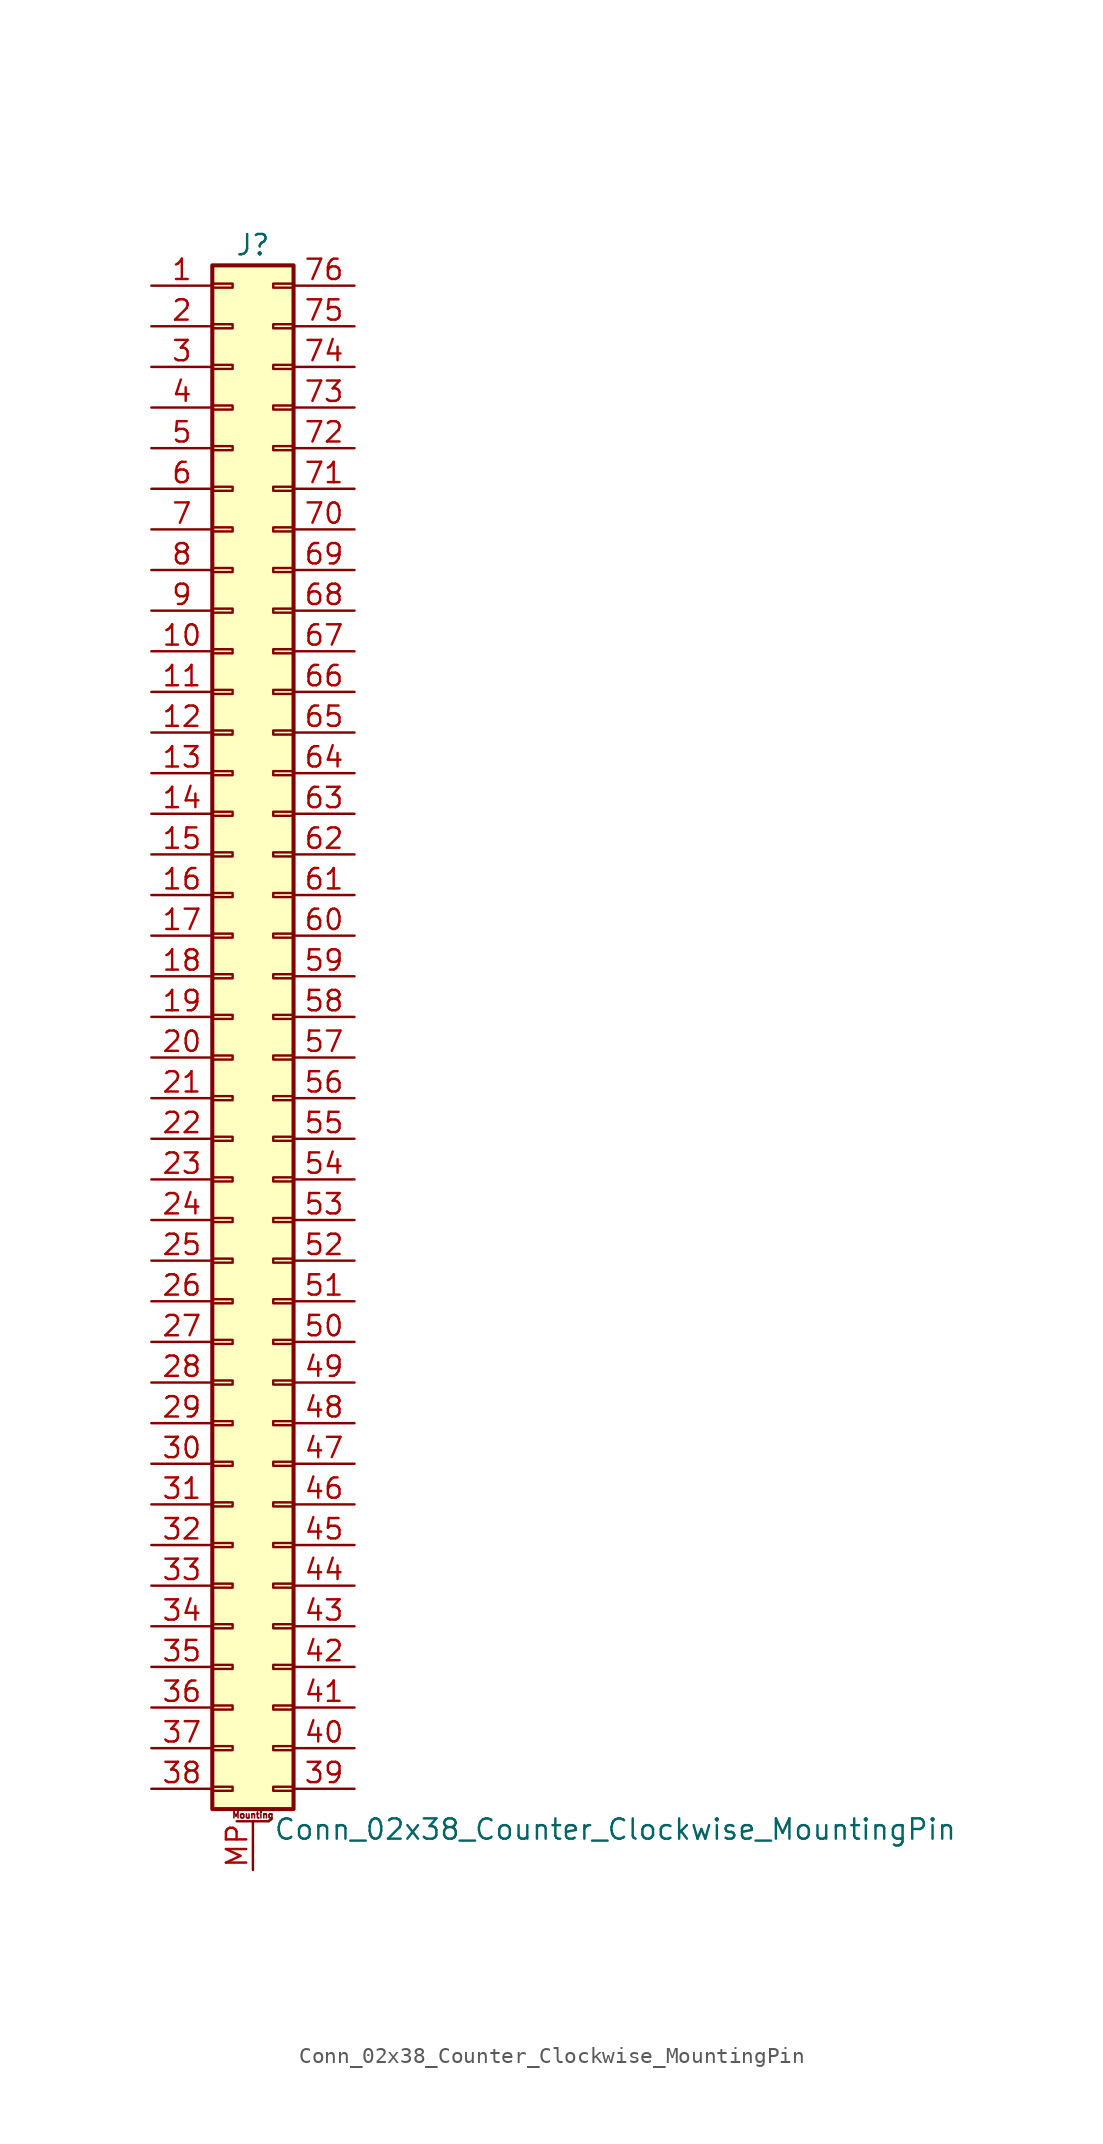
<source format=kicad_sym>
(kicad_symbol_lib
  (version 20211014)
  (generator kicad_symbol_editor)
  (symbol "Conn_02x38_Counter_Clockwise_MountingPin"
    (pin_names
      (offset 1.016) hide)
    (property "Reference" "J"
      (at 1.27 48.26 0)
      (effects (font (size 1.27 1.27))))
    (property "Value" "Conn_02x38_Counter_Clockwise_MountingPin"
      (at 2.54 -50.8 0)
      (effects (font (size 1.27 1.27)) (justify left)))
    (symbol "Conn_02x38_Counter_Clockwise_MountingPin_1_1"
      (rectangle (start -1.27 -48.133) (end 0 -48.387) (stroke (width 0.152) (type default) (color 0 0 0 0)) (fill (type none)))
      (rectangle (start -1.27 -45.593) (end 0 -45.847) (stroke (width 0.152) (type default) (color 0 0 0 0)) (fill (type none)))
      (rectangle (start -1.27 -43.053) (end 0 -43.307) (stroke (width 0.152) (type default) (color 0 0 0 0)) (fill (type none)))
      (rectangle (start -1.27 -40.513) (end 0 -40.767) (stroke (width 0.152) (type default) (color 0 0 0 0)) (fill (type none)))
      (rectangle (start -1.27 -37.973) (end 0 -38.227) (stroke (width 0.152) (type default) (color 0 0 0 0)) (fill (type none)))
      (rectangle (start -1.27 -35.433) (end 0 -35.687) (stroke (width 0.152) (type default) (color 0 0 0 0)) (fill (type none)))
      (rectangle (start -1.27 -32.893) (end 0 -33.147) (stroke (width 0.152) (type default) (color 0 0 0 0)) (fill (type none)))
      (rectangle (start -1.27 -30.353) (end 0 -30.607) (stroke (width 0.152) (type default) (color 0 0 0 0)) (fill (type none)))
      (rectangle (start -1.27 -27.813) (end 0 -28.067) (stroke (width 0.152) (type default) (color 0 0 0 0)) (fill (type none)))
      (rectangle (start -1.27 -25.273) (end 0 -25.527) (stroke (width 0.152) (type default) (color 0 0 0 0)) (fill (type none)))
      (rectangle (start -1.27 -22.733) (end 0 -22.987) (stroke (width 0.152) (type default) (color 0 0 0 0)) (fill (type none)))
      (rectangle (start -1.27 -20.193) (end 0 -20.447) (stroke (width 0.152) (type default) (color 0 0 0 0)) (fill (type none)))
      (rectangle (start -1.27 -17.653) (end 0 -17.907) (stroke (width 0.152) (type default) (color 0 0 0 0)) (fill (type none)))
      (rectangle (start -1.27 -15.113) (end 0 -15.367) (stroke (width 0.152) (type default) (color 0 0 0 0)) (fill (type none)))
      (rectangle (start -1.27 -12.573) (end 0 -12.827) (stroke (width 0.152) (type default) (color 0 0 0 0)) (fill (type none)))
      (rectangle (start -1.27 -10.033) (end 0 -10.287) (stroke (width 0.152) (type default) (color 0 0 0 0)) (fill (type none)))
      (rectangle (start -1.27 -7.493) (end 0 -7.747) (stroke (width 0.152) (type default) (color 0 0 0 0)) (fill (type none)))
      (rectangle (start -1.27 -4.953) (end 0 -5.207) (stroke (width 0.152) (type default) (color 0 0 0 0)) (fill (type none)))
      (rectangle (start -1.27 -2.413) (end 0 -2.667) (stroke (width 0.152) (type default) (color 0 0 0 0)) (fill (type none)))
      (rectangle (start -1.27 0.127) (end 0 -0.127) (stroke (width 0.152) (type default) (color 0 0 0 0)) (fill (type none)))
      (rectangle (start -1.27 2.667) (end 0 2.413) (stroke (width 0.152) (type default) (color 0 0 0 0)) (fill (type none)))
      (rectangle (start -1.27 5.207) (end 0 4.953) (stroke (width 0.152) (type default) (color 0 0 0 0)) (fill (type none)))
      (rectangle (start -1.27 7.747) (end 0 7.493) (stroke (width 0.152) (type default) (color 0 0 0 0)) (fill (type none)))
      (rectangle (start -1.27 10.287) (end 0 10.033) (stroke (width 0.152) (type default) (color 0 0 0 0)) (fill (type none)))
      (rectangle (start -1.27 12.827) (end 0 12.573) (stroke (width 0.152) (type default) (color 0 0 0 0)) (fill (type none)))
      (rectangle (start -1.27 15.367) (end 0 15.113) (stroke (width 0.152) (type default) (color 0 0 0 0)) (fill (type none)))
      (rectangle (start -1.27 17.907) (end 0 17.653) (stroke (width 0.152) (type default) (color 0 0 0 0)) (fill (type none)))
      (rectangle (start -1.27 20.447) (end 0 20.193) (stroke (width 0.152) (type default) (color 0 0 0 0)) (fill (type none)))
      (rectangle (start -1.27 22.987) (end 0 22.733) (stroke (width 0.152) (type default) (color 0 0 0 0)) (fill (type none)))
      (rectangle (start -1.27 25.527) (end 0 25.273) (stroke (width 0.152) (type default) (color 0 0 0 0)) (fill (type none)))
      (rectangle (start -1.27 28.067) (end 0 27.813) (stroke (width 0.152) (type default) (color 0 0 0 0)) (fill (type none)))
      (rectangle (start -1.27 30.607) (end 0 30.353) (stroke (width 0.152) (type default) (color 0 0 0 0)) (fill (type none)))
      (rectangle (start -1.27 33.147) (end 0 32.893) (stroke (width 0.152) (type default) (color 0 0 0 0)) (fill (type none)))
      (rectangle (start -1.27 35.687) (end 0 35.433) (stroke (width 0.152) (type default) (color 0 0 0 0)) (fill (type none)))
      (rectangle (start -1.27 38.227) (end 0 37.973) (stroke (width 0.152) (type default) (color 0 0 0 0)) (fill (type none)))
      (rectangle (start -1.27 40.767) (end 0 40.513) (stroke (width 0.152) (type default) (color 0 0 0 0)) (fill (type none)))
      (rectangle (start -1.27 43.307) (end 0 43.053) (stroke (width 0.152) (type default) (color 0 0 0 0)) (fill (type none)))
      (rectangle (start -1.27 45.847) (end 0 45.593) (stroke (width 0.152) (type default) (color 0 0 0 0)) (fill (type none)))
      (rectangle (start -1.27 46.99) (end 3.81 -49.53) (stroke (width 0.254) (type default) (color 0 0 0 0)) (fill (type background)))
      (polyline (pts (xy 0.254 -50.292) (xy 2.286 -50.292)) (stroke (width 0.152) (type default) (color 0 0 0 0)) (fill (type none)))
      (rectangle (start 3.81 -48.133) (end 2.54 -48.387) (stroke (width 0.152) (type default) (color 0 0 0 0)) (fill (type none)))
      (rectangle (start 3.81 -45.593) (end 2.54 -45.847) (stroke (width 0.152) (type default) (color 0 0 0 0)) (fill (type none)))
      (rectangle (start 3.81 -43.053) (end 2.54 -43.307) (stroke (width 0.152) (type default) (color 0 0 0 0)) (fill (type none)))
      (rectangle (start 3.81 -40.513) (end 2.54 -40.767) (stroke (width 0.152) (type default) (color 0 0 0 0)) (fill (type none)))
      (rectangle (start 3.81 -37.973) (end 2.54 -38.227) (stroke (width 0.152) (type default) (color 0 0 0 0)) (fill (type none)))
      (rectangle (start 3.81 -35.433) (end 2.54 -35.687) (stroke (width 0.152) (type default) (color 0 0 0 0)) (fill (type none)))
      (rectangle (start 3.81 -32.893) (end 2.54 -33.147) (stroke (width 0.152) (type default) (color 0 0 0 0)) (fill (type none)))
      (rectangle (start 3.81 -30.353) (end 2.54 -30.607) (stroke (width 0.152) (type default) (color 0 0 0 0)) (fill (type none)))
      (rectangle (start 3.81 -27.813) (end 2.54 -28.067) (stroke (width 0.152) (type default) (color 0 0 0 0)) (fill (type none)))
      (rectangle (start 3.81 -25.273) (end 2.54 -25.527) (stroke (width 0.152) (type default) (color 0 0 0 0)) (fill (type none)))
      (rectangle (start 3.81 -22.733) (end 2.54 -22.987) (stroke (width 0.152) (type default) (color 0 0 0 0)) (fill (type none)))
      (rectangle (start 3.81 -20.193) (end 2.54 -20.447) (stroke (width 0.152) (type default) (color 0 0 0 0)) (fill (type none)))
      (rectangle (start 3.81 -17.653) (end 2.54 -17.907) (stroke (width 0.152) (type default) (color 0 0 0 0)) (fill (type none)))
      (rectangle (start 3.81 -15.113) (end 2.54 -15.367) (stroke (width 0.152) (type default) (color 0 0 0 0)) (fill (type none)))
      (rectangle (start 3.81 -12.573) (end 2.54 -12.827) (stroke (width 0.152) (type default) (color 0 0 0 0)) (fill (type none)))
      (rectangle (start 3.81 -10.033) (end 2.54 -10.287) (stroke (width 0.152) (type default) (color 0 0 0 0)) (fill (type none)))
      (rectangle (start 3.81 -7.493) (end 2.54 -7.747) (stroke (width 0.152) (type default) (color 0 0 0 0)) (fill (type none)))
      (rectangle (start 3.81 -4.953) (end 2.54 -5.207) (stroke (width 0.152) (type default) (color 0 0 0 0)) (fill (type none)))
      (rectangle (start 3.81 -2.413) (end 2.54 -2.667) (stroke (width 0.152) (type default) (color 0 0 0 0)) (fill (type none)))
      (rectangle (start 3.81 0.127) (end 2.54 -0.127) (stroke (width 0.152) (type default) (color 0 0 0 0)) (fill (type none)))
      (rectangle (start 3.81 2.667) (end 2.54 2.413) (stroke (width 0.152) (type default) (color 0 0 0 0)) (fill (type none)))
      (rectangle (start 3.81 5.207) (end 2.54 4.953) (stroke (width 0.152) (type default) (color 0 0 0 0)) (fill (type none)))
      (rectangle (start 3.81 7.747) (end 2.54 7.493) (stroke (width 0.152) (type default) (color 0 0 0 0)) (fill (type none)))
      (rectangle (start 3.81 10.287) (end 2.54 10.033) (stroke (width 0.152) (type default) (color 0 0 0 0)) (fill (type none)))
      (rectangle (start 3.81 12.827) (end 2.54 12.573) (stroke (width 0.152) (type default) (color 0 0 0 0)) (fill (type none)))
      (rectangle (start 3.81 15.367) (end 2.54 15.113) (stroke (width 0.152) (type default) (color 0 0 0 0)) (fill (type none)))
      (rectangle (start 3.81 17.907) (end 2.54 17.653) (stroke (width 0.152) (type default) (color 0 0 0 0)) (fill (type none)))
      (rectangle (start 3.81 20.447) (end 2.54 20.193) (stroke (width 0.152) (type default) (color 0 0 0 0)) (fill (type none)))
      (rectangle (start 3.81 22.987) (end 2.54 22.733) (stroke (width 0.152) (type default) (color 0 0 0 0)) (fill (type none)))
      (rectangle (start 3.81 25.527) (end 2.54 25.273) (stroke (width 0.152) (type default) (color 0 0 0 0)) (fill (type none)))
      (rectangle (start 3.81 28.067) (end 2.54 27.813) (stroke (width 0.152) (type default) (color 0 0 0 0)) (fill (type none)))
      (rectangle (start 3.81 30.607) (end 2.54 30.353) (stroke (width 0.152) (type default) (color 0 0 0 0)) (fill (type none)))
      (rectangle (start 3.81 33.147) (end 2.54 32.893) (stroke (width 0.152) (type default) (color 0 0 0 0)) (fill (type none)))
      (rectangle (start 3.81 35.687) (end 2.54 35.433) (stroke (width 0.152) (type default) (color 0 0 0 0)) (fill (type none)))
      (rectangle (start 3.81 38.227) (end 2.54 37.973) (stroke (width 0.152) (type default) (color 0 0 0 0)) (fill (type none)))
      (rectangle (start 3.81 40.767) (end 2.54 40.513) (stroke (width 0.152) (type default) (color 0 0 0 0)) (fill (type none)))
      (rectangle (start 3.81 43.307) (end 2.54 43.053) (stroke (width 0.152) (type default) (color 0 0 0 0)) (fill (type none)))
      (rectangle (start 3.81 45.847) (end 2.54 45.593) (stroke (width 0.152) (type default) (color 0 0 0 0)) (fill (type none)))
      (text "Mounting" (at 1.27 -49.911 0) (effects (font (size 0.381 0.381))))
      (pin passive line (at -5.08 45.72 0) (length 3.81) (name "Pin_1" (effects (font (size 1.27 1.27)))) (number "1" (effects (font (size 1.27 1.27)))))
      (pin passive line (at -5.08 22.86 0) (length 3.81) (name "Pin_10" (effects (font (size 1.27 1.27)))) (number "10" (effects (font (size 1.27 1.27)))))
      (pin passive line (at -5.08 20.32 0) (length 3.81) (name "Pin_11" (effects (font (size 1.27 1.27)))) (number "11" (effects (font (size 1.27 1.27)))))
      (pin passive line (at -5.08 17.78 0) (length 3.81) (name "Pin_12" (effects (font (size 1.27 1.27)))) (number "12" (effects (font (size 1.27 1.27)))))
      (pin passive line (at -5.08 15.24 0) (length 3.81) (name "Pin_13" (effects (font (size 1.27 1.27)))) (number "13" (effects (font (size 1.27 1.27)))))
      (pin passive line (at -5.08 12.7 0) (length 3.81) (name "Pin_14" (effects (font (size 1.27 1.27)))) (number "14" (effects (font (size 1.27 1.27)))))
      (pin passive line (at -5.08 10.16 0) (length 3.81) (name "Pin_15" (effects (font (size 1.27 1.27)))) (number "15" (effects (font (size 1.27 1.27)))))
      (pin passive line (at -5.08 7.62 0) (length 3.81) (name "Pin_16" (effects (font (size 1.27 1.27)))) (number "16" (effects (font (size 1.27 1.27)))))
      (pin passive line (at -5.08 5.08 0) (length 3.81) (name "Pin_17" (effects (font (size 1.27 1.27)))) (number "17" (effects (font (size 1.27 1.27)))))
      (pin passive line (at -5.08 2.54 0) (length 3.81) (name "Pin_18" (effects (font (size 1.27 1.27)))) (number "18" (effects (font (size 1.27 1.27)))))
      (pin passive line (at -5.08 0 0) (length 3.81) (name "Pin_19" (effects (font (size 1.27 1.27)))) (number "19" (effects (font (size 1.27 1.27)))))
      (pin passive line (at -5.08 43.18 0) (length 3.81) (name "Pin_2" (effects (font (size 1.27 1.27)))) (number "2" (effects (font (size 1.27 1.27)))))
      (pin passive line (at -5.08 -2.54 0) (length 3.81) (name "Pin_20" (effects (font (size 1.27 1.27)))) (number "20" (effects (font (size 1.27 1.27)))))
      (pin passive line (at -5.08 -5.08 0) (length 3.81) (name "Pin_21" (effects (font (size 1.27 1.27)))) (number "21" (effects (font (size 1.27 1.27)))))
      (pin passive line (at -5.08 -7.62 0) (length 3.81) (name "Pin_22" (effects (font (size 1.27 1.27)))) (number "22" (effects (font (size 1.27 1.27)))))
      (pin passive line (at -5.08 -10.16 0) (length 3.81) (name "Pin_23" (effects (font (size 1.27 1.27)))) (number "23" (effects (font (size 1.27 1.27)))))
      (pin passive line (at -5.08 -12.7 0) (length 3.81) (name "Pin_24" (effects (font (size 1.27 1.27)))) (number "24" (effects (font (size 1.27 1.27)))))
      (pin passive line (at -5.08 -15.24 0) (length 3.81) (name "Pin_25" (effects (font (size 1.27 1.27)))) (number "25" (effects (font (size 1.27 1.27)))))
      (pin passive line (at -5.08 -17.78 0) (length 3.81) (name "Pin_26" (effects (font (size 1.27 1.27)))) (number "26" (effects (font (size 1.27 1.27)))))
      (pin passive line (at -5.08 -20.32 0) (length 3.81) (name "Pin_27" (effects (font (size 1.27 1.27)))) (number "27" (effects (font (size 1.27 1.27)))))
      (pin passive line (at -5.08 -22.86 0) (length 3.81) (name "Pin_28" (effects (font (size 1.27 1.27)))) (number "28" (effects (font (size 1.27 1.27)))))
      (pin passive line (at -5.08 -25.4 0) (length 3.81) (name "Pin_29" (effects (font (size 1.27 1.27)))) (number "29" (effects (font (size 1.27 1.27)))))
      (pin passive line (at -5.08 40.64 0) (length 3.81) (name "Pin_3" (effects (font (size 1.27 1.27)))) (number "3" (effects (font (size 1.27 1.27)))))
      (pin passive line (at -5.08 -27.94 0) (length 3.81) (name "Pin_30" (effects (font (size 1.27 1.27)))) (number "30" (effects (font (size 1.27 1.27)))))
      (pin passive line (at -5.08 -30.48 0) (length 3.81) (name "Pin_31" (effects (font (size 1.27 1.27)))) (number "31" (effects (font (size 1.27 1.27)))))
      (pin passive line (at -5.08 -33.02 0) (length 3.81) (name "Pin_32" (effects (font (size 1.27 1.27)))) (number "32" (effects (font (size 1.27 1.27)))))
      (pin passive line (at -5.08 -35.56 0) (length 3.81) (name "Pin_33" (effects (font (size 1.27 1.27)))) (number "33" (effects (font (size 1.27 1.27)))))
      (pin passive line (at -5.08 -38.1 0) (length 3.81) (name "Pin_34" (effects (font (size 1.27 1.27)))) (number "34" (effects (font (size 1.27 1.27)))))
      (pin passive line (at -5.08 -40.64 0) (length 3.81) (name "Pin_35" (effects (font (size 1.27 1.27)))) (number "35" (effects (font (size 1.27 1.27)))))
      (pin passive line (at -5.08 -43.18 0) (length 3.81) (name "Pin_36" (effects (font (size 1.27 1.27)))) (number "36" (effects (font (size 1.27 1.27)))))
      (pin passive line (at -5.08 -45.72 0) (length 3.81) (name "Pin_37" (effects (font (size 1.27 1.27)))) (number "37" (effects (font (size 1.27 1.27)))))
      (pin passive line (at -5.08 -48.26 0) (length 3.81) (name "Pin_38" (effects (font (size 1.27 1.27)))) (number "38" (effects (font (size 1.27 1.27)))))
      (pin passive line (at 7.62 -48.26 180) (length 3.81) (name "Pin_39" (effects (font (size 1.27 1.27)))) (number "39" (effects (font (size 1.27 1.27)))))
      (pin passive line (at -5.08 38.1 0) (length 3.81) (name "Pin_4" (effects (font (size 1.27 1.27)))) (number "4" (effects (font (size 1.27 1.27)))))
      (pin passive line (at 7.62 -45.72 180) (length 3.81) (name "Pin_40" (effects (font (size 1.27 1.27)))) (number "40" (effects (font (size 1.27 1.27)))))
      (pin passive line (at 7.62 -43.18 180) (length 3.81) (name "Pin_41" (effects (font (size 1.27 1.27)))) (number "41" (effects (font (size 1.27 1.27)))))
      (pin passive line (at 7.62 -40.64 180) (length 3.81) (name "Pin_42" (effects (font (size 1.27 1.27)))) (number "42" (effects (font (size 1.27 1.27)))))
      (pin passive line (at 7.62 -38.1 180) (length 3.81) (name "Pin_43" (effects (font (size 1.27 1.27)))) (number "43" (effects (font (size 1.27 1.27)))))
      (pin passive line (at 7.62 -35.56 180) (length 3.81) (name "Pin_44" (effects (font (size 1.27 1.27)))) (number "44" (effects (font (size 1.27 1.27)))))
      (pin passive line (at 7.62 -33.02 180) (length 3.81) (name "Pin_45" (effects (font (size 1.27 1.27)))) (number "45" (effects (font (size 1.27 1.27)))))
      (pin passive line (at 7.62 -30.48 180) (length 3.81) (name "Pin_46" (effects (font (size 1.27 1.27)))) (number "46" (effects (font (size 1.27 1.27)))))
      (pin passive line (at 7.62 -27.94 180) (length 3.81) (name "Pin_47" (effects (font (size 1.27 1.27)))) (number "47" (effects (font (size 1.27 1.27)))))
      (pin passive line (at 7.62 -25.4 180) (length 3.81) (name "Pin_48" (effects (font (size 1.27 1.27)))) (number "48" (effects (font (size 1.27 1.27)))))
      (pin passive line (at 7.62 -22.86 180) (length 3.81) (name "Pin_49" (effects (font (size 1.27 1.27)))) (number "49" (effects (font (size 1.27 1.27)))))
      (pin passive line (at -5.08 35.56 0) (length 3.81) (name "Pin_5" (effects (font (size 1.27 1.27)))) (number "5" (effects (font (size 1.27 1.27)))))
      (pin passive line (at 7.62 -20.32 180) (length 3.81) (name "Pin_50" (effects (font (size 1.27 1.27)))) (number "50" (effects (font (size 1.27 1.27)))))
      (pin passive line (at 7.62 -17.78 180) (length 3.81) (name "Pin_51" (effects (font (size 1.27 1.27)))) (number "51" (effects (font (size 1.27 1.27)))))
      (pin passive line (at 7.62 -15.24 180) (length 3.81) (name "Pin_52" (effects (font (size 1.27 1.27)))) (number "52" (effects (font (size 1.27 1.27)))))
      (pin passive line (at 7.62 -12.7 180) (length 3.81) (name "Pin_53" (effects (font (size 1.27 1.27)))) (number "53" (effects (font (size 1.27 1.27)))))
      (pin passive line (at 7.62 -10.16 180) (length 3.81) (name "Pin_54" (effects (font (size 1.27 1.27)))) (number "54" (effects (font (size 1.27 1.27)))))
      (pin passive line (at 7.62 -7.62 180) (length 3.81) (name "Pin_55" (effects (font (size 1.27 1.27)))) (number "55" (effects (font (size 1.27 1.27)))))
      (pin passive line (at 7.62 -5.08 180) (length 3.81) (name "Pin_56" (effects (font (size 1.27 1.27)))) (number "56" (effects (font (size 1.27 1.27)))))
      (pin passive line (at 7.62 -2.54 180) (length 3.81) (name "Pin_57" (effects (font (size 1.27 1.27)))) (number "57" (effects (font (size 1.27 1.27)))))
      (pin passive line (at 7.62 0 180) (length 3.81) (name "Pin_58" (effects (font (size 1.27 1.27)))) (number "58" (effects (font (size 1.27 1.27)))))
      (pin passive line (at 7.62 2.54 180) (length 3.81) (name "Pin_59" (effects (font (size 1.27 1.27)))) (number "59" (effects (font (size 1.27 1.27)))))
      (pin passive line (at -5.08 33.02 0) (length 3.81) (name "Pin_6" (effects (font (size 1.27 1.27)))) (number "6" (effects (font (size 1.27 1.27)))))
      (pin passive line (at 7.62 5.08 180) (length 3.81) (name "Pin_60" (effects (font (size 1.27 1.27)))) (number "60" (effects (font (size 1.27 1.27)))))
      (pin passive line (at 7.62 7.62 180) (length 3.81) (name "Pin_61" (effects (font (size 1.27 1.27)))) (number "61" (effects (font (size 1.27 1.27)))))
      (pin passive line (at 7.62 10.16 180) (length 3.81) (name "Pin_62" (effects (font (size 1.27 1.27)))) (number "62" (effects (font (size 1.27 1.27)))))
      (pin passive line (at 7.62 12.7 180) (length 3.81) (name "Pin_63" (effects (font (size 1.27 1.27)))) (number "63" (effects (font (size 1.27 1.27)))))
      (pin passive line (at 7.62 15.24 180) (length 3.81) (name "Pin_64" (effects (font (size 1.27 1.27)))) (number "64" (effects (font (size 1.27 1.27)))))
      (pin passive line (at 7.62 17.78 180) (length 3.81) (name "Pin_65" (effects (font (size 1.27 1.27)))) (number "65" (effects (font (size 1.27 1.27)))))
      (pin passive line (at 7.62 20.32 180) (length 3.81) (name "Pin_66" (effects (font (size 1.27 1.27)))) (number "66" (effects (font (size 1.27 1.27)))))
      (pin passive line (at 7.62 22.86 180) (length 3.81) (name "Pin_67" (effects (font (size 1.27 1.27)))) (number "67" (effects (font (size 1.27 1.27)))))
      (pin passive line (at 7.62 25.4 180) (length 3.81) (name "Pin_68" (effects (font (size 1.27 1.27)))) (number "68" (effects (font (size 1.27 1.27)))))
      (pin passive line (at 7.62 27.94 180) (length 3.81) (name "Pin_69" (effects (font (size 1.27 1.27)))) (number "69" (effects (font (size 1.27 1.27)))))
      (pin passive line (at -5.08 30.48 0) (length 3.81) (name "Pin_7" (effects (font (size 1.27 1.27)))) (number "7" (effects (font (size 1.27 1.27)))))
      (pin passive line (at 7.62 30.48 180) (length 3.81) (name "Pin_70" (effects (font (size 1.27 1.27)))) (number "70" (effects (font (size 1.27 1.27)))))
      (pin passive line (at 7.62 33.02 180) (length 3.81) (name "Pin_71" (effects (font (size 1.27 1.27)))) (number "71" (effects (font (size 1.27 1.27)))))
      (pin passive line (at 7.62 35.56 180) (length 3.81) (name "Pin_72" (effects (font (size 1.27 1.27)))) (number "72" (effects (font (size 1.27 1.27)))))
      (pin passive line (at 7.62 38.1 180) (length 3.81) (name "Pin_73" (effects (font (size 1.27 1.27)))) (number "73" (effects (font (size 1.27 1.27)))))
      (pin passive line (at 7.62 40.64 180) (length 3.81) (name "Pin_74" (effects (font (size 1.27 1.27)))) (number "74" (effects (font (size 1.27 1.27)))))
      (pin passive line (at 7.62 43.18 180) (length 3.81) (name "Pin_75" (effects (font (size 1.27 1.27)))) (number "75" (effects (font (size 1.27 1.27)))))
      (pin passive line (at 7.62 45.72 180) (length 3.81) (name "Pin_76" (effects (font (size 1.27 1.27)))) (number "76" (effects (font (size 1.27 1.27)))))
      (pin passive line (at -5.08 27.94 0) (length 3.81) (name "Pin_8" (effects (font (size 1.27 1.27)))) (number "8" (effects (font (size 1.27 1.27)))))
      (pin passive line (at -5.08 25.4 0) (length 3.81) (name "Pin_9" (effects (font (size 1.27 1.27)))) (number "9" (effects (font (size 1.27 1.27)))))
      (pin passive line (at 1.27 -53.34 90) (length 3.048) (name "MountPin" (effects (font (size 1.27 1.27)))) (number "MP" (effects (font (size 1.27 1.27))))))))
</source>
